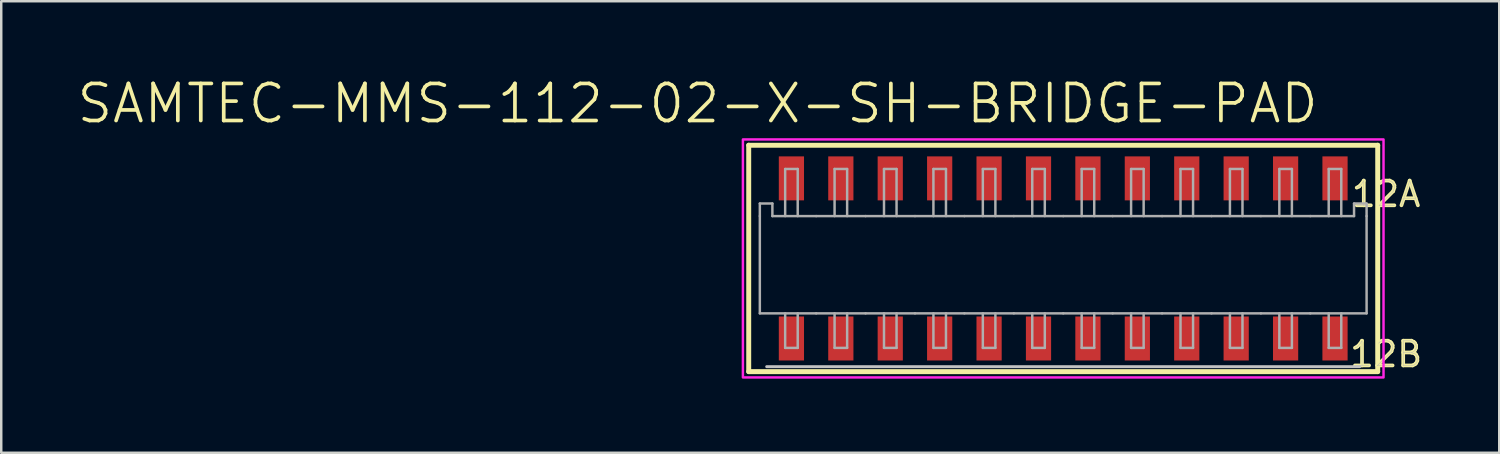
<source format=kicad_pcb>
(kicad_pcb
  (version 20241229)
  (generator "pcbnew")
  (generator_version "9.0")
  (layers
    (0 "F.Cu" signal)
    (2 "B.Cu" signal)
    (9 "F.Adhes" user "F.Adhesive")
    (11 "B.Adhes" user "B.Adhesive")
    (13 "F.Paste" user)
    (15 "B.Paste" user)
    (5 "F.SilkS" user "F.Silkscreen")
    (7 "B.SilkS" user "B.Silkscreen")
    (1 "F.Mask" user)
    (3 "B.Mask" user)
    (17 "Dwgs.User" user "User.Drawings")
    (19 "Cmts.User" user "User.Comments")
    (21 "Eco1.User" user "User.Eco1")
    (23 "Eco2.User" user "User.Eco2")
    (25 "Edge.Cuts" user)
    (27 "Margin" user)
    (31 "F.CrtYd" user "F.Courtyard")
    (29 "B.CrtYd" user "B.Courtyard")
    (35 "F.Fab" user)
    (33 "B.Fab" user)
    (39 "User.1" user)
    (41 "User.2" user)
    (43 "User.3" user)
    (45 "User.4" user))
  (footprint "SAMTEC-MMS-112-02-X-SH-BRIDGE-PAD"
    (layer "F.Cu")
    (at 39.979 7.409)
    (property "Reference" "SAMTEC-MMS-112-02-X-SH-BRIDGE-PAD" (at -14.796 -6.268 0) (layer "F.SilkS") (effects (font (size 1.5 1.5) (thickness 0.15))))
    (attr through_hole)
    (fp_poly (pts (xy -11.561 -4.181) (xy -10.439 -4.181) (xy -10.439 -2.299) (xy -11.561 -2.299)) (stroke (width 0.01) (type solid)) (fill yes) (layer "F.Mask"))
    (fp_poly (pts (xy -11.561 2.299) (xy -10.439 2.299) (xy -10.439 4.181) (xy -11.561 4.181)) (stroke (width 0.01) (type solid)) (fill yes) (layer "F.Mask"))
    (fp_poly (pts (xy -9.561 -4.181) (xy -8.439 -4.181) (xy -8.439 -2.299) (xy -9.561 -2.299)) (stroke (width 0.01) (type solid)) (fill yes) (layer "F.Mask"))
    (fp_poly (pts (xy -9.561 2.299) (xy -8.439 2.299) (xy -8.439 4.181) (xy -9.561 4.181)) (stroke (width 0.01) (type solid)) (fill yes) (layer "F.Mask"))
    (fp_poly (pts (xy -7.561 -4.181) (xy -6.439 -4.181) (xy -6.439 -2.299) (xy -7.561 -2.299)) (stroke (width 0.01) (type solid)) (fill yes) (layer "F.Mask"))
    (fp_poly (pts (xy -7.561 2.299) (xy -6.439 2.299) (xy -6.439 4.181) (xy -7.561 4.181)) (stroke (width 0.01) (type solid)) (fill yes) (layer "F.Mask"))
    (fp_poly (pts (xy -5.561 -4.181) (xy -4.439 -4.181) (xy -4.439 -2.299) (xy -5.561 -2.299)) (stroke (width 0.01) (type solid)) (fill yes) (layer "F.Mask"))
    (fp_poly (pts (xy -5.561 2.299) (xy -4.439 2.299) (xy -4.439 4.181) (xy -5.561 4.181)) (stroke (width 0.01) (type solid)) (fill yes) (layer "F.Mask"))
    (fp_poly (pts (xy -3.561 -4.181) (xy -2.439 -4.181) (xy -2.439 -2.299) (xy -3.561 -2.299)) (stroke (width 0.01) (type solid)) (fill yes) (layer "F.Mask"))
    (fp_poly (pts (xy -3.561 2.299) (xy -2.439 2.299) (xy -2.439 4.181) (xy -3.561 4.181)) (stroke (width 0.01) (type solid)) (fill yes) (layer "F.Mask"))
    (fp_poly (pts (xy -1.561 -4.181) (xy -0.439 -4.181) (xy -0.439 -2.299) (xy -1.561 -2.299)) (stroke (width 0.01) (type solid)) (fill yes) (layer "F.Mask"))
    (fp_poly (pts (xy -1.561 2.299) (xy -0.439 2.299) (xy -0.439 4.181) (xy -1.561 4.181)) (stroke (width 0.01) (type solid)) (fill yes) (layer "F.Mask"))
    (fp_poly (pts (xy 0.439 -4.181) (xy 1.561 -4.181) (xy 1.561 -2.299) (xy 0.439 -2.299)) (stroke (width 0.01) (type solid)) (fill yes) (layer "F.Mask"))
    (fp_poly (pts (xy 0.439 2.299) (xy 1.561 2.299) (xy 1.561 4.181) (xy 0.439 4.181)) (stroke (width 0.01) (type solid)) (fill yes) (layer "F.Mask"))
    (fp_poly (pts (xy 2.439 -4.181) (xy 3.561 -4.181) (xy 3.561 -2.299) (xy 2.439 -2.299)) (stroke (width 0.01) (type solid)) (fill yes) (layer "F.Mask"))
    (fp_poly (pts (xy 2.439 2.299) (xy 3.561 2.299) (xy 3.561 4.181) (xy 2.439 4.181)) (stroke (width 0.01) (type solid)) (fill yes) (layer "F.Mask"))
    (fp_poly (pts (xy 4.439 -4.181) (xy 5.561 -4.181) (xy 5.561 -2.299) (xy 4.439 -2.299)) (stroke (width 0.01) (type solid)) (fill yes) (layer "F.Mask"))
    (fp_poly (pts (xy 4.439 2.299) (xy 5.561 2.299) (xy 5.561 4.181) (xy 4.439 4.181)) (stroke (width 0.01) (type solid)) (fill yes) (layer "F.Mask"))
    (fp_poly (pts (xy 6.439 -4.181) (xy 7.561 -4.181) (xy 7.561 -2.299) (xy 6.439 -2.299)) (stroke (width 0.01) (type solid)) (fill yes) (layer "F.Mask"))
    (fp_poly (pts (xy 6.439 2.299) (xy 7.561 2.299) (xy 7.561 4.181) (xy 6.439 4.181)) (stroke (width 0.01) (type solid)) (fill yes) (layer "F.Mask"))
    (fp_poly (pts (xy 8.439 -4.181) (xy 9.561 -4.181) (xy 9.561 -2.299) (xy 8.439 -2.299)) (stroke (width 0.01) (type solid)) (fill yes) (layer "F.Mask"))
    (fp_poly (pts (xy 8.439 2.299) (xy 9.561 2.299) (xy 9.561 4.181) (xy 8.439 4.181)) (stroke (width 0.01) (type solid)) (fill yes) (layer "F.Mask"))
    (fp_poly (pts (xy 10.439 -4.181) (xy 11.561 -4.181) (xy 11.561 -2.299) (xy 10.439 -2.299)) (stroke (width 0.01) (type solid)) (fill yes) (layer "F.Mask"))
    (fp_poly (pts (xy 10.439 2.299) (xy 11.561 2.299) (xy 11.561 4.181) (xy 10.439 4.181)) (stroke (width 0.01) (type solid)) (fill yes) (layer "F.Mask"))
    (fp_line (start -12.728 -4.581) (end -12.728 4.581) (stroke (width 0.2) (type solid)) (layer "F.SilkS"))
    (fp_line (start -12.728 4.581) (end 12.728 4.581) (stroke (width 0.2) (type solid)) (layer "F.SilkS"))
    (fp_line (start 12.728 -4.581) (end -12.728 -4.581) (stroke (width 0.2) (type solid)) (layer "F.SilkS"))
    (fp_line (start 12.728 4.581) (end 12.728 -4.581) (stroke (width 0.2) (type solid)) (layer "F.SilkS"))
    (fp_poly (pts (xy -11.51 -4.13) (xy -10.49 -4.13) (xy -10.49 -2.35) (xy -11.51 -2.35)) (stroke (width 0.01) (type solid)) (fill yes) (layer "F.Paste"))
    (fp_poly (pts (xy -11.51 2.35) (xy -10.49 2.35) (xy -10.49 4.13) (xy -11.51 4.13)) (stroke (width 0.01) (type solid)) (fill yes) (layer "F.Paste"))
    (fp_poly (pts (xy -9.51 -4.13) (xy -8.49 -4.13) (xy -8.49 -2.35) (xy -9.51 -2.35)) (stroke (width 0.01) (type solid)) (fill yes) (layer "F.Paste"))
    (fp_poly (pts (xy -9.51 2.35) (xy -8.49 2.35) (xy -8.49 4.13) (xy -9.51 4.13)) (stroke (width 0.01) (type solid)) (fill yes) (layer "F.Paste"))
    (fp_poly (pts (xy -7.51 -4.13) (xy -6.49 -4.13) (xy -6.49 -2.35) (xy -7.51 -2.35)) (stroke (width 0.01) (type solid)) (fill yes) (layer "F.Paste"))
    (fp_poly (pts (xy -7.51 2.35) (xy -6.49 2.35) (xy -6.49 4.13) (xy -7.51 4.13)) (stroke (width 0.01) (type solid)) (fill yes) (layer "F.Paste"))
    (fp_poly (pts (xy -5.51 -4.13) (xy -4.49 -4.13) (xy -4.49 -2.35) (xy -5.51 -2.35)) (stroke (width 0.01) (type solid)) (fill yes) (layer "F.Paste"))
    (fp_poly (pts (xy -5.51 2.35) (xy -4.49 2.35) (xy -4.49 4.13) (xy -5.51 4.13)) (stroke (width 0.01) (type solid)) (fill yes) (layer "F.Paste"))
    (fp_poly (pts (xy -3.51 -4.13) (xy -2.49 -4.13) (xy -2.49 -2.35) (xy -3.51 -2.35)) (stroke (width 0.01) (type solid)) (fill yes) (layer "F.Paste"))
    (fp_poly (pts (xy -3.51 2.35) (xy -2.49 2.35) (xy -2.49 4.13) (xy -3.51 4.13)) (stroke (width 0.01) (type solid)) (fill yes) (layer "F.Paste"))
    (fp_poly (pts (xy -1.51 -4.13) (xy -0.49 -4.13) (xy -0.49 -2.35) (xy -1.51 -2.35)) (stroke (width 0.01) (type solid)) (fill yes) (layer "F.Paste"))
    (fp_poly (pts (xy -1.51 2.35) (xy -0.49 2.35) (xy -0.49 4.13) (xy -1.51 4.13)) (stroke (width 0.01) (type solid)) (fill yes) (layer "F.Paste"))
    (fp_poly (pts (xy 0.49 -4.13) (xy 1.51 -4.13) (xy 1.51 -2.35) (xy 0.49 -2.35)) (stroke (width 0.01) (type solid)) (fill yes) (layer "F.Paste"))
    (fp_poly (pts (xy 0.49 2.35) (xy 1.51 2.35) (xy 1.51 4.13) (xy 0.49 4.13)) (stroke (width 0.01) (type solid)) (fill yes) (layer "F.Paste"))
    (fp_poly (pts (xy 2.49 -4.13) (xy 3.51 -4.13) (xy 3.51 -2.35) (xy 2.49 -2.35)) (stroke (width 0.01) (type solid)) (fill yes) (layer "F.Paste"))
    (fp_poly (pts (xy 2.49 2.35) (xy 3.51 2.35) (xy 3.51 4.13) (xy 2.49 4.13)) (stroke (width 0.01) (type solid)) (fill yes) (layer "F.Paste"))
    (fp_poly (pts (xy 4.49 -4.13) (xy 5.51 -4.13) (xy 5.51 -2.35) (xy 4.49 -2.35)) (stroke (width 0.01) (type solid)) (fill yes) (layer "F.Paste"))
    (fp_poly (pts (xy 4.49 2.35) (xy 5.51 2.35) (xy 5.51 4.13) (xy 4.49 4.13)) (stroke (width 0.01) (type solid)) (fill yes) (layer "F.Paste"))
    (fp_poly (pts (xy 6.49 -4.13) (xy 7.51 -4.13) (xy 7.51 -2.35) (xy 6.49 -2.35)) (stroke (width 0.01) (type solid)) (fill yes) (layer "F.Paste"))
    (fp_poly (pts (xy 6.49 2.35) (xy 7.51 2.35) (xy 7.51 4.13) (xy 6.49 4.13)) (stroke (width 0.01) (type solid)) (fill yes) (layer "F.Paste"))
    (fp_poly (pts (xy 8.49 -4.13) (xy 9.51 -4.13) (xy 9.51 -2.35) (xy 8.49 -2.35)) (stroke (width 0.01) (type solid)) (fill yes) (layer "F.Paste"))
    (fp_poly (pts (xy 8.49 2.35) (xy 9.51 2.35) (xy 9.51 4.13) (xy 8.49 4.13)) (stroke (width 0.01) (type solid)) (fill yes) (layer "F.Paste"))
    (fp_poly (pts (xy 10.49 -4.13) (xy 11.51 -4.13) (xy 11.51 -2.35) (xy 10.49 -2.35)) (stroke (width 0.01) (type solid)) (fill yes) (layer "F.Paste"))
    (fp_poly (pts (xy 10.49 2.35) (xy 11.51 2.35) (xy 11.51 4.13) (xy 10.49 4.13)) (stroke (width 0.01) (type solid)) (fill yes) (layer "F.Paste"))
    (fp_line (start -12 4.38) (end 12 4.38) (stroke (width 0.12) (type solid)) (layer "Dwgs.User"))
    (fp_poly (pts (xy -12.963 4.816) (xy -12.963 -4.816) (xy 12.963 -4.816) (xy 12.963 4.816) (xy -12.963 4.816)) (stroke (width 0.1) (type solid)) (fill no) (layer "F.CrtYd"))
    (fp_line (start -12.278 -2.222) (end -11.77 -2.222) (stroke (width 0.1) (type solid)) (layer "F.Fab"))
    (fp_line (start -12.278 -1.714) (end -12.278 -2.222) (stroke (width 0.1) (type solid)) (layer "F.Fab"))
    (fp_line (start -12.278 2.222) (end -12.278 -1.714) (stroke (width 0.1) (type solid)) (layer "F.Fab"))
    (fp_line (start -11.77 -2.222) (end -11.77 -1.714) (stroke (width 0.1) (type solid)) (layer "F.Fab"))
    (fp_line (start -11.77 -1.714) (end -9.999 -1.714) (stroke (width 0.1) (type solid)) (layer "F.Fab"))
    (fp_line (start -11.253 -3.62) (end -10.745 -3.62) (stroke (width 0.1) (type solid)) (layer "F.Fab"))
    (fp_line (start -11.253 -1.714) (end -11.253 -3.62) (stroke (width 0.1) (type solid)) (layer "F.Fab"))
    (fp_line (start -11.253 2.222) (end -11.253 3.62) (stroke (width 0.1) (type solid)) (layer "F.Fab"))
    (fp_line (start -11.253 3.62) (end -10.745 3.62) (stroke (width 0.1) (type solid)) (layer "F.Fab"))
    (fp_line (start -10.745 -3.62) (end -10.745 -1.714) (stroke (width 0.1) (type solid)) (layer "F.Fab"))
    (fp_line (start -10.745 3.62) (end -10.745 2.222) (stroke (width 0.1) (type solid)) (layer "F.Fab"))
    (fp_line (start -9.999 2.222) (end -12.278 2.222) (stroke (width 0.1) (type solid)) (layer "F.Fab"))
    (fp_line (start -9.253 -3.62) (end -8.745 -3.62) (stroke (width 0.1) (type solid)) (layer "F.Fab"))
    (fp_line (start -9.253 -1.714) (end -9.253 -3.62) (stroke (width 0.1) (type solid)) (layer "F.Fab"))
    (fp_line (start -9.253 2.222) (end -9.253 3.62) (stroke (width 0.1) (type solid)) (layer "F.Fab"))
    (fp_line (start -9.253 3.62) (end -8.745 3.62) (stroke (width 0.1) (type solid)) (layer "F.Fab"))
    (fp_line (start -8.745 -3.62) (end -8.745 -1.714) (stroke (width 0.1) (type solid)) (layer "F.Fab"))
    (fp_line (start -8.745 3.62) (end -8.745 2.222) (stroke (width 0.1) (type solid)) (layer "F.Fab"))
    (fp_line (start -7.999 -1.714) (end -9.999 -1.714) (stroke (width 0.1) (type solid)) (layer "F.Fab"))
    (fp_line (start -7.999 2.222) (end -9.999 2.222) (stroke (width 0.1) (type solid)) (layer "F.Fab"))
    (fp_line (start -7.253 -3.62) (end -6.745 -3.62) (stroke (width 0.1) (type solid)) (layer "F.Fab"))
    (fp_line (start -7.253 -1.714) (end -7.253 -3.62) (stroke (width 0.1) (type solid)) (layer "F.Fab"))
    (fp_line (start -7.253 2.222) (end -7.253 3.62) (stroke (width 0.1) (type solid)) (layer "F.Fab"))
    (fp_line (start -7.253 3.62) (end -6.745 3.62) (stroke (width 0.1) (type solid)) (layer "F.Fab"))
    (fp_line (start -6.745 -3.62) (end -6.745 -1.714) (stroke (width 0.1) (type solid)) (layer "F.Fab"))
    (fp_line (start -6.745 3.62) (end -6.745 2.222) (stroke (width 0.1) (type solid)) (layer "F.Fab"))
    (fp_line (start -5.999 -1.714) (end -7.999 -1.714) (stroke (width 0.1) (type solid)) (layer "F.Fab"))
    (fp_line (start -5.999 2.222) (end -7.999 2.222) (stroke (width 0.1) (type solid)) (layer "F.Fab"))
    (fp_line (start -5.253 -3.62) (end -4.745 -3.62) (stroke (width 0.1) (type solid)) (layer "F.Fab"))
    (fp_line (start -5.253 -1.714) (end -5.253 -3.62) (stroke (width 0.1) (type solid)) (layer "F.Fab"))
    (fp_line (start -5.253 2.222) (end -5.253 3.62) (stroke (width 0.1) (type solid)) (layer "F.Fab"))
    (fp_line (start -5.253 3.62) (end -4.745 3.62) (stroke (width 0.1) (type solid)) (layer "F.Fab"))
    (fp_line (start -4.745 -3.62) (end -4.745 -1.714) (stroke (width 0.1) (type solid)) (layer "F.Fab"))
    (fp_line (start -4.745 3.62) (end -4.745 2.222) (stroke (width 0.1) (type solid)) (layer "F.Fab"))
    (fp_line (start -3.999 -1.714) (end -5.999 -1.714) (stroke (width 0.1) (type solid)) (layer "F.Fab"))
    (fp_line (start -3.999 2.222) (end -5.999 2.222) (stroke (width 0.1) (type solid)) (layer "F.Fab"))
    (fp_line (start -3.253 -3.62) (end -2.745 -3.62) (stroke (width 0.1) (type solid)) (layer "F.Fab"))
    (fp_line (start -3.253 -1.714) (end -3.253 -3.62) (stroke (width 0.1) (type solid)) (layer "F.Fab"))
    (fp_line (start -3.253 2.222) (end -3.253 3.62) (stroke (width 0.1) (type solid)) (layer "F.Fab"))
    (fp_line (start -3.253 3.62) (end -2.745 3.62) (stroke (width 0.1) (type solid)) (layer "F.Fab"))
    (fp_line (start -2.745 -3.62) (end -2.745 -1.714) (stroke (width 0.1) (type solid)) (layer "F.Fab"))
    (fp_line (start -2.745 3.62) (end -2.745 2.222) (stroke (width 0.1) (type solid)) (layer "F.Fab"))
    (fp_line (start -1.999 -1.714) (end -3.999 -1.714) (stroke (width 0.1) (type solid)) (layer "F.Fab"))
    (fp_line (start -1.999 2.222) (end -3.999 2.222) (stroke (width 0.1) (type solid)) (layer "F.Fab"))
    (fp_line (start -1.253 -3.62) (end -0.745 -3.62) (stroke (width 0.1) (type solid)) (layer "F.Fab"))
    (fp_line (start -1.253 -1.714) (end -1.253 -3.62) (stroke (width 0.1) (type solid)) (layer "F.Fab"))
    (fp_line (start -1.253 2.222) (end -1.253 3.62) (stroke (width 0.1) (type solid)) (layer "F.Fab"))
    (fp_line (start -1.253 3.62) (end -0.745 3.62) (stroke (width 0.1) (type solid)) (layer "F.Fab"))
    (fp_line (start -0.745 -3.62) (end -0.745 -1.714) (stroke (width 0.1) (type solid)) (layer "F.Fab"))
    (fp_line (start -0.745 3.62) (end -0.745 2.222) (stroke (width 0.1) (type solid)) (layer "F.Fab"))
    (fp_line (start 0.001 -1.714) (end -1.999 -1.714) (stroke (width 0.1) (type solid)) (layer "F.Fab"))
    (fp_line (start 0.001 2.222) (end -1.999 2.222) (stroke (width 0.1) (type solid)) (layer "F.Fab"))
    (fp_line (start 0.747 -3.62) (end 1.255 -3.62) (stroke (width 0.1) (type solid)) (layer "F.Fab"))
    (fp_line (start 0.747 -1.714) (end 0.747 -3.62) (stroke (width 0.1) (type solid)) (layer "F.Fab"))
    (fp_line (start 0.747 2.222) (end 0.747 3.62) (stroke (width 0.1) (type solid)) (layer "F.Fab"))
    (fp_line (start 0.747 3.62) (end 1.255 3.62) (stroke (width 0.1) (type solid)) (layer "F.Fab"))
    (fp_line (start 1.255 -3.62) (end 1.255 -1.714) (stroke (width 0.1) (type solid)) (layer "F.Fab"))
    (fp_line (start 1.255 3.62) (end 1.255 2.222) (stroke (width 0.1) (type solid)) (layer "F.Fab"))
    (fp_line (start 2.001 -1.714) (end 0.001 -1.714) (stroke (width 0.1) (type solid)) (layer "F.Fab"))
    (fp_line (start 2.001 2.222) (end 0.001 2.222) (stroke (width 0.1) (type solid)) (layer "F.Fab"))
    (fp_line (start 2.747 -3.62) (end 3.255 -3.62) (stroke (width 0.1) (type solid)) (layer "F.Fab"))
    (fp_line (start 2.747 -1.714) (end 2.747 -3.62) (stroke (width 0.1) (type solid)) (layer "F.Fab"))
    (fp_line (start 2.747 2.222) (end 2.747 3.62) (stroke (width 0.1) (type solid)) (layer "F.Fab"))
    (fp_line (start 2.747 3.62) (end 3.255 3.62) (stroke (width 0.1) (type solid)) (layer "F.Fab"))
    (fp_line (start 3.255 -3.62) (end 3.255 -1.714) (stroke (width 0.1) (type solid)) (layer "F.Fab"))
    (fp_line (start 3.255 3.62) (end 3.255 2.222) (stroke (width 0.1) (type solid)) (layer "F.Fab"))
    (fp_line (start 4.001 -1.714) (end 2.001 -1.714) (stroke (width 0.1) (type solid)) (layer "F.Fab"))
    (fp_line (start 4.001 2.222) (end 2.001 2.222) (stroke (width 0.1) (type solid)) (layer "F.Fab"))
    (fp_line (start 4.747 -3.62) (end 5.255 -3.62) (stroke (width 0.1) (type solid)) (layer "F.Fab"))
    (fp_line (start 4.747 -1.714) (end 4.747 -3.62) (stroke (width 0.1) (type solid)) (layer "F.Fab"))
    (fp_line (start 4.747 2.222) (end 4.747 3.62) (stroke (width 0.1) (type solid)) (layer "F.Fab"))
    (fp_line (start 4.747 3.62) (end 5.255 3.62) (stroke (width 0.1) (type solid)) (layer "F.Fab"))
    (fp_line (start 5.255 -3.62) (end 5.255 -1.714) (stroke (width 0.1) (type solid)) (layer "F.Fab"))
    (fp_line (start 5.255 3.62) (end 5.255 2.222) (stroke (width 0.1) (type solid)) (layer "F.Fab"))
    (fp_line (start 6.001 -1.714) (end 4.001 -1.714) (stroke (width 0.1) (type solid)) (layer "F.Fab"))
    (fp_line (start 6.001 2.222) (end 4.001 2.222) (stroke (width 0.1) (type solid)) (layer "F.Fab"))
    (fp_line (start 6.747 -3.62) (end 7.255 -3.62) (stroke (width 0.1) (type solid)) (layer "F.Fab"))
    (fp_line (start 6.747 -1.714) (end 6.747 -3.62) (stroke (width 0.1) (type solid)) (layer "F.Fab"))
    (fp_line (start 6.747 2.222) (end 6.747 3.62) (stroke (width 0.1) (type solid)) (layer "F.Fab"))
    (fp_line (start 6.747 3.62) (end 7.255 3.62) (stroke (width 0.1) (type solid)) (layer "F.Fab"))
    (fp_line (start 7.255 -3.62) (end 7.255 -1.714) (stroke (width 0.1) (type solid)) (layer "F.Fab"))
    (fp_line (start 7.255 3.62) (end 7.255 2.222) (stroke (width 0.1) (type solid)) (layer "F.Fab"))
    (fp_line (start 8.001 -1.714) (end 6.001 -1.714) (stroke (width 0.1) (type solid)) (layer "F.Fab"))
    (fp_line (start 8.001 2.222) (end 6.001 2.222) (stroke (width 0.1) (type solid)) (layer "F.Fab"))
    (fp_line (start 8.747 -3.62) (end 9.255 -3.62) (stroke (width 0.1) (type solid)) (layer "F.Fab"))
    (fp_line (start 8.747 -1.714) (end 8.747 -3.62) (stroke (width 0.1) (type solid)) (layer "F.Fab"))
    (fp_line (start 8.747 2.222) (end 8.747 3.62) (stroke (width 0.1) (type solid)) (layer "F.Fab"))
    (fp_line (start 8.747 3.62) (end 9.255 3.62) (stroke (width 0.1) (type solid)) (layer "F.Fab"))
    (fp_line (start 9.255 -3.62) (end 9.255 -1.714) (stroke (width 0.1) (type solid)) (layer "F.Fab"))
    (fp_line (start 9.255 3.62) (end 9.255 2.222) (stroke (width 0.1) (type solid)) (layer "F.Fab"))
    (fp_line (start 9.999 2.222) (end 12.278 2.222) (stroke (width 0.1) (type solid)) (layer "F.Fab"))
    (fp_line (start 10.001 -1.714) (end 8.001 -1.714) (stroke (width 0.1) (type solid)) (layer "F.Fab"))
    (fp_line (start 10.001 2.222) (end 8.001 2.222) (stroke (width 0.1) (type solid)) (layer "F.Fab"))
    (fp_line (start 10.745 -3.62) (end 10.745 -1.714) (stroke (width 0.1) (type solid)) (layer "F.Fab"))
    (fp_line (start 10.745 3.62) (end 10.745 2.222) (stroke (width 0.1) (type solid)) (layer "F.Fab"))
    (fp_line (start 11.253 -3.62) (end 10.745 -3.62) (stroke (width 0.1) (type solid)) (layer "F.Fab"))
    (fp_line (start 11.253 -1.714) (end 11.253 -3.62) (stroke (width 0.1) (type solid)) (layer "F.Fab"))
    (fp_line (start 11.253 2.222) (end 11.253 3.62) (stroke (width 0.1) (type solid)) (layer "F.Fab"))
    (fp_line (start 11.253 3.62) (end 10.745 3.62) (stroke (width 0.1) (type solid)) (layer "F.Fab"))
    (fp_line (start 11.77 -2.222) (end 11.77 -1.714) (stroke (width 0.1) (type solid)) (layer "F.Fab"))
    (fp_line (start 11.77 -1.714) (end 9.999 -1.714) (stroke (width 0.1) (type solid)) (layer "F.Fab"))
    (fp_line (start 12.278 -2.222) (end 11.77 -2.222) (stroke (width 0.1) (type solid)) (layer "F.Fab"))
    (fp_line (start 12.278 -1.714) (end 12.278 -2.222) (stroke (width 0.1) (type solid)) (layer "F.Fab"))
    (fp_line (start 12.278 2.222) (end 12.278 -1.714) (stroke (width 0.1) (type solid)) (layer "F.Fab"))
    (fp_text user "12A" (at 13.069 -2.605 0) (layer "F.SilkS") (effects (font (size 1 1) (thickness 0.15))))
    (fp_text user "12B" (at 13.069 3.875 0) (layer "F.SilkS") (effects (font (size 1 1) (thickness 0.15))))
    (fp_text user "12B" (at 13.069 3.875 0) (layer "F.Fab") (effects (font (size 1 1) (thickness 0.015))))
    (fp_text user "12A" (at 13.069 -2.605 0) (layer "F.Fab") (effects (font (size 1 1) (thickness 0.015))))
    (pad "1" smd rect (at -11 -3.24) (size 1.02 1.78) (layers "F.Cu" "F.Paste"))
    (pad "1" smd rect (at -11 3.24) (size 1.02 1.78) (layers "F.Cu" "F.Paste"))
    (pad "2" smd rect (at -9 -3.24) (size 1.02 1.78) (layers "F.Cu" "F.Paste"))
    (pad "2" smd rect (at -9 3.24) (size 1.02 1.78) (layers "F.Cu" "F.Paste"))
    (pad "3" smd rect (at -7 -3.24) (size 1.02 1.78) (layers "F.Cu" "F.Paste"))
    (pad "3" smd rect (at -7 3.24) (size 1.02 1.78) (layers "F.Cu" "F.Paste"))
    (pad "4" smd rect (at -5 -3.24) (size 1.02 1.78) (layers "F.Cu" "F.Paste"))
    (pad "4" smd rect (at -5 3.24) (size 1.02 1.78) (layers "F.Cu" "F.Paste"))
    (pad "5" smd rect (at -3 -3.24) (size 1.02 1.78) (layers "F.Cu" "F.Paste"))
    (pad "5" smd rect (at -3 3.24) (size 1.02 1.78) (layers "F.Cu" "F.Paste"))
    (pad "6" smd rect (at -1 -3.24) (size 1.02 1.78) (layers "F.Cu" "F.Paste"))
    (pad "6" smd rect (at -1 3.24) (size 1.02 1.78) (layers "F.Cu" "F.Paste"))
    (pad "7" smd rect (at 1 -3.24) (size 1.02 1.78) (layers "F.Cu" "F.Paste"))
    (pad "7" smd rect (at 1 3.24) (size 1.02 1.78) (layers "F.Cu" "F.Paste"))
    (pad "8" smd rect (at 3 -3.24) (size 1.02 1.78) (layers "F.Cu" "F.Paste"))
    (pad "8" smd rect (at 3 3.24) (size 1.02 1.78) (layers "F.Cu" "F.Paste"))
    (pad "9" smd rect (at 5 -3.24) (size 1.02 1.78) (layers "F.Cu" "F.Paste"))
    (pad "9" smd rect (at 5 3.24) (size 1.02 1.78) (layers "F.Cu" "F.Paste"))
    (pad "10" smd rect (at 7 -3.24) (size 1.02 1.78) (layers "F.Cu" "F.Paste"))
    (pad "10" smd rect (at 7 3.24) (size 1.02 1.78) (layers "F.Cu" "F.Paste"))
    (pad "11" smd rect (at 9 -3.24) (size 1.02 1.78) (layers "F.Cu" "F.Paste"))
    (pad "11" smd rect (at 9 3.24) (size 1.02 1.78) (layers "F.Cu" "F.Paste"))
    (pad "12" smd rect (at 11 -3.24) (size 1.02 1.78) (layers "F.Cu" "F.Paste"))
    (pad "12" smd rect (at 11 3.24) (size 1.02 1.78) (layers "F.Cu" "F.Paste")))
  (gr_rect
    (start -3 -3)
    (end 57.625 15.275)
    (stroke (width 0.1) (type default))
    (fill no)
    (layer "Edge.Cuts")))
</source>
